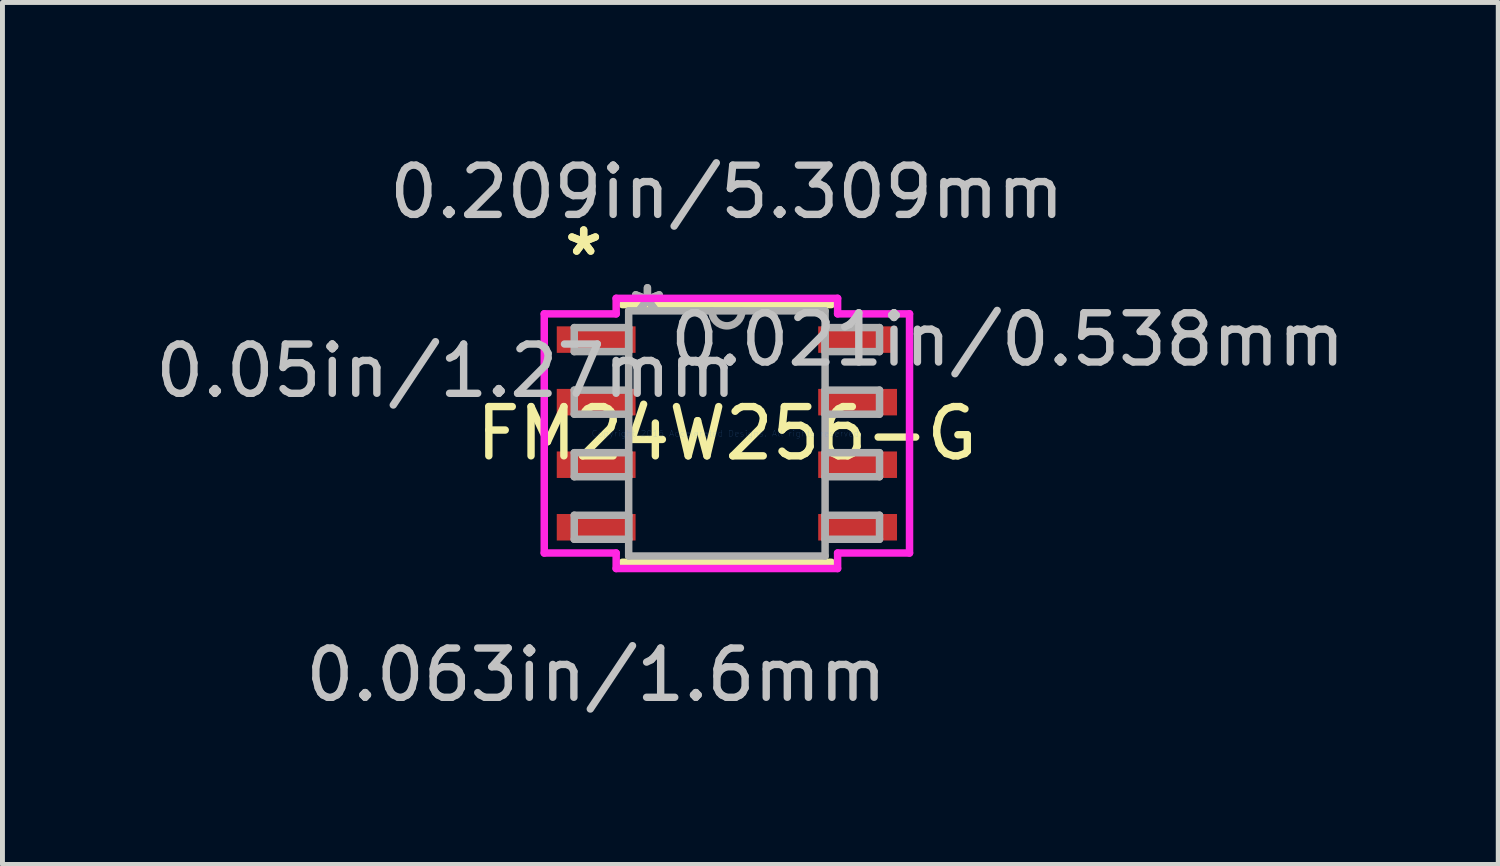
<source format=kicad_pcb>
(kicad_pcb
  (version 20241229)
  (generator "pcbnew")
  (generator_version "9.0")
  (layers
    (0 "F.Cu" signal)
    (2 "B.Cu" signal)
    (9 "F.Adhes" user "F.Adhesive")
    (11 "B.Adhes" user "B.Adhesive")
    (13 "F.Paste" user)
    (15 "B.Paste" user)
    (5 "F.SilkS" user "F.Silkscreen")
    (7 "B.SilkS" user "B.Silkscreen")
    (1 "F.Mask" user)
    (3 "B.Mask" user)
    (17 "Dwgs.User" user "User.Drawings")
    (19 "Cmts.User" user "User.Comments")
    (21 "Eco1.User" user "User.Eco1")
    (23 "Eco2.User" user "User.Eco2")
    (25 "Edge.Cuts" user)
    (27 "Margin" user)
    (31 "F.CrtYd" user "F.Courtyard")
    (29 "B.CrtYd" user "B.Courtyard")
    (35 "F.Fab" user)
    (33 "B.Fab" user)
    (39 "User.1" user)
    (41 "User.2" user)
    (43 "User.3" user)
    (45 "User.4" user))
  (footprint "FM24W256-G"
    (layer "F.Cu")
    (at 11.708 5.75)
    (property "Reference" "FM24W256-G" (at 0 0 0) (layer "F.SilkS") (effects (font (size 1 1) (thickness 0.15))))
    (attr through_hole)
    (fp_line (start -2.121 2.616) (end 2.121 2.616) (stroke (width 0.152) (type solid)) (layer "F.SilkS"))
    (fp_line (start 2.121 -2.616) (end -2.121 -2.616) (stroke (width 0.152) (type solid)) (layer "F.SilkS"))
    (fp_line (start -3.708 -2.428) (end -2.248 -2.428) (stroke (width 0.152) (type solid)) (layer "F.CrtYd"))
    (fp_line (start -3.708 2.428) (end -3.708 -2.428) (stroke (width 0.152) (type solid)) (layer "F.CrtYd"))
    (fp_line (start -2.248 -2.743) (end 2.248 -2.743) (stroke (width 0.152) (type solid)) (layer "F.CrtYd"))
    (fp_line (start -2.248 -2.428) (end -2.248 -2.743) (stroke (width 0.152) (type solid)) (layer "F.CrtYd"))
    (fp_line (start -2.248 2.428) (end -3.708 2.428) (stroke (width 0.152) (type solid)) (layer "F.CrtYd"))
    (fp_line (start -2.248 2.743) (end -2.248 2.428) (stroke (width 0.152) (type solid)) (layer "F.CrtYd"))
    (fp_line (start 2.248 -2.743) (end 2.248 -2.428) (stroke (width 0.152) (type solid)) (layer "F.CrtYd"))
    (fp_line (start 2.248 -2.428) (end 3.708 -2.428) (stroke (width 0.152) (type solid)) (layer "F.CrtYd"))
    (fp_line (start 2.248 2.428) (end 2.248 2.743) (stroke (width 0.152) (type solid)) (layer "F.CrtYd"))
    (fp_line (start 2.248 2.743) (end -2.248 2.743) (stroke (width 0.152) (type solid)) (layer "F.CrtYd"))
    (fp_line (start 3.708 -2.428) (end 3.708 2.428) (stroke (width 0.152) (type solid)) (layer "F.CrtYd"))
    (fp_line (start 3.708 2.428) (end 2.248 2.428) (stroke (width 0.152) (type solid)) (layer "F.CrtYd"))
    (fp_line (start -3.099 -2.149) (end -3.099 -1.661) (stroke (width 0.152) (type solid)) (layer "F.Fab"))
    (fp_line (start -3.099 -1.661) (end -1.994 -1.661) (stroke (width 0.152) (type solid)) (layer "F.Fab"))
    (fp_line (start -3.099 -0.879) (end -3.099 -0.391) (stroke (width 0.152) (type solid)) (layer "F.Fab"))
    (fp_line (start -3.099 -0.391) (end -1.994 -0.391) (stroke (width 0.152) (type solid)) (layer "F.Fab"))
    (fp_line (start -3.099 0.391) (end -3.099 0.879) (stroke (width 0.152) (type solid)) (layer "F.Fab"))
    (fp_line (start -3.099 0.879) (end -1.994 0.879) (stroke (width 0.152) (type solid)) (layer "F.Fab"))
    (fp_line (start -3.099 1.661) (end -3.099 2.149) (stroke (width 0.152) (type solid)) (layer "F.Fab"))
    (fp_line (start -3.099 2.149) (end -1.994 2.149) (stroke (width 0.152) (type solid)) (layer "F.Fab"))
    (fp_line (start -1.994 -2.489) (end -1.994 2.489) (stroke (width 0.152) (type solid)) (layer "F.Fab"))
    (fp_line (start -1.994 -2.149) (end -3.099 -2.149) (stroke (width 0.152) (type solid)) (layer "F.Fab"))
    (fp_line (start -1.994 -1.661) (end -1.994 -2.149) (stroke (width 0.152) (type solid)) (layer "F.Fab"))
    (fp_line (start -1.994 -0.879) (end -3.099 -0.879) (stroke (width 0.152) (type solid)) (layer "F.Fab"))
    (fp_line (start -1.994 -0.391) (end -1.994 -0.879) (stroke (width 0.152) (type solid)) (layer "F.Fab"))
    (fp_line (start -1.994 0.391) (end -3.099 0.391) (stroke (width 0.152) (type solid)) (layer "F.Fab"))
    (fp_line (start -1.994 0.879) (end -1.994 0.391) (stroke (width 0.152) (type solid)) (layer "F.Fab"))
    (fp_line (start -1.994 1.661) (end -3.099 1.661) (stroke (width 0.152) (type solid)) (layer "F.Fab"))
    (fp_line (start -1.994 2.149) (end -1.994 1.661) (stroke (width 0.152) (type solid)) (layer "F.Fab"))
    (fp_line (start -1.994 2.489) (end 1.994 2.489) (stroke (width 0.152) (type solid)) (layer "F.Fab"))
    (fp_line (start 1.994 -2.489) (end -1.994 -2.489) (stroke (width 0.152) (type solid)) (layer "F.Fab"))
    (fp_line (start 1.994 -2.149) (end 1.994 -1.661) (stroke (width 0.152) (type solid)) (layer "F.Fab"))
    (fp_line (start 1.994 -1.661) (end 3.099 -1.661) (stroke (width 0.152) (type solid)) (layer "F.Fab"))
    (fp_line (start 1.994 -0.879) (end 1.994 -0.391) (stroke (width 0.152) (type solid)) (layer "F.Fab"))
    (fp_line (start 1.994 -0.391) (end 3.099 -0.391) (stroke (width 0.152) (type solid)) (layer "F.Fab"))
    (fp_line (start 1.994 0.391) (end 1.994 0.879) (stroke (width 0.152) (type solid)) (layer "F.Fab"))
    (fp_line (start 1.994 0.879) (end 3.099 0.879) (stroke (width 0.152) (type solid)) (layer "F.Fab"))
    (fp_line (start 1.994 1.661) (end 1.994 2.149) (stroke (width 0.152) (type solid)) (layer "F.Fab"))
    (fp_line (start 1.994 2.149) (end 3.099 2.149) (stroke (width 0.152) (type solid)) (layer "F.Fab"))
    (fp_line (start 1.994 2.489) (end 1.994 -2.489) (stroke (width 0.152) (type solid)) (layer "F.Fab"))
    (fp_line (start 3.099 -2.149) (end 1.994 -2.149) (stroke (width 0.152) (type solid)) (layer "F.Fab"))
    (fp_line (start 3.099 -1.661) (end 3.099 -2.149) (stroke (width 0.152) (type solid)) (layer "F.Fab"))
    (fp_line (start 3.099 -0.879) (end 1.994 -0.879) (stroke (width 0.152) (type solid)) (layer "F.Fab"))
    (fp_line (start 3.099 -0.391) (end 3.099 -0.879) (stroke (width 0.152) (type solid)) (layer "F.Fab"))
    (fp_line (start 3.099 0.391) (end 1.994 0.391) (stroke (width 0.152) (type solid)) (layer "F.Fab"))
    (fp_line (start 3.099 0.879) (end 3.099 0.391) (stroke (width 0.152) (type solid)) (layer "F.Fab"))
    (fp_line (start 3.099 1.661) (end 1.994 1.661) (stroke (width 0.152) (type solid)) (layer "F.Fab"))
    (fp_line (start 3.099 2.149) (end 3.099 1.661) (stroke (width 0.152) (type solid)) (layer "F.Fab"))
    (fp_arc (start 0.3048 -2.4892) (mid 0 -2.1844) (end -0.3048 -2.4892) (stroke (width 0.1524) (type solid)) (layer "F.Fab"))
    (fp_text user "*" (at -2.908 -3.586 0) (layer "F.SilkS") (effects (font (size 1 1) (thickness 0.15))))
    (fp_text user "*" (at -2.908 -3.586 0) (layer "F.SilkS") (effects (font (size 1 1) (thickness 0.15))))
    (fp_text user "0.209in/5.309mm" (at 0 -4.902 0) (layer "Dwgs.User") (effects (font (size 1 1) (thickness 0.15))))
    (fp_text user "0.063in/1.6mm" (at -2.654 4.902 0) (layer "Dwgs.User") (effects (font (size 1 1) (thickness 0.15))))
    (fp_text user "0.05in/1.27mm" (at -5.702 -1.27 0) (layer "Dwgs.User") (effects (font (size 1 1) (thickness 0.15))))
    (fp_text user "0.021in/0.538mm" (at 5.702 -1.905 0) (layer "Dwgs.User") (effects (font (size 1 1) (thickness 0.15))))
    (fp_text user "Copyright 2016 Accelerated Designs. All rights reserved." (at 0 0 0) (layer "Cmts.User") (effects (font (size 0.127 0.127) (thickness 0.002))))
    (fp_text user "*" (at -1.613 -2.413 0) (layer "F.Fab") (effects (font (size 1 1) (thickness 0.15))))
    (fp_text user "*" (at -1.613 -2.413 0) (layer "F.Fab") (effects (font (size 1 1) (thickness 0.15))))
    (pad "1" smd rect (at -2.654 -1.905) (size 1.6 0.538) (layers "F.Cu" "F.Mask" "F.Paste"))
    (pad "2" smd rect (at -2.654 -0.635) (size 1.6 0.538) (layers "F.Cu" "F.Mask" "F.Paste"))
    (pad "3" smd rect (at -2.654 0.635) (size 1.6 0.538) (layers "F.Cu" "F.Mask" "F.Paste"))
    (pad "4" smd rect (at -2.654 1.905) (size 1.6 0.538) (layers "F.Cu" "F.Mask" "F.Paste"))
    (pad "5" smd rect (at 2.654 1.905) (size 1.6 0.538) (layers "F.Cu" "F.Mask" "F.Paste"))
    (pad "6" smd rect (at 2.654 0.635) (size 1.6 0.538) (layers "F.Cu" "F.Mask" "F.Paste"))
    (pad "7" smd rect (at 2.654 -0.635) (size 1.6 0.538) (layers "F.Cu" "F.Mask" "F.Paste"))
    (pad "8" smd rect (at 2.654 -1.905) (size 1.6 0.538) (layers "F.Cu" "F.Mask" "F.Paste")))
  (gr_rect
    (start -3 -3)
    (end 27.369 14.501)
    (stroke (width 0.1) (type default))
    (fill no)
    (layer "Edge.Cuts")))
</source>
